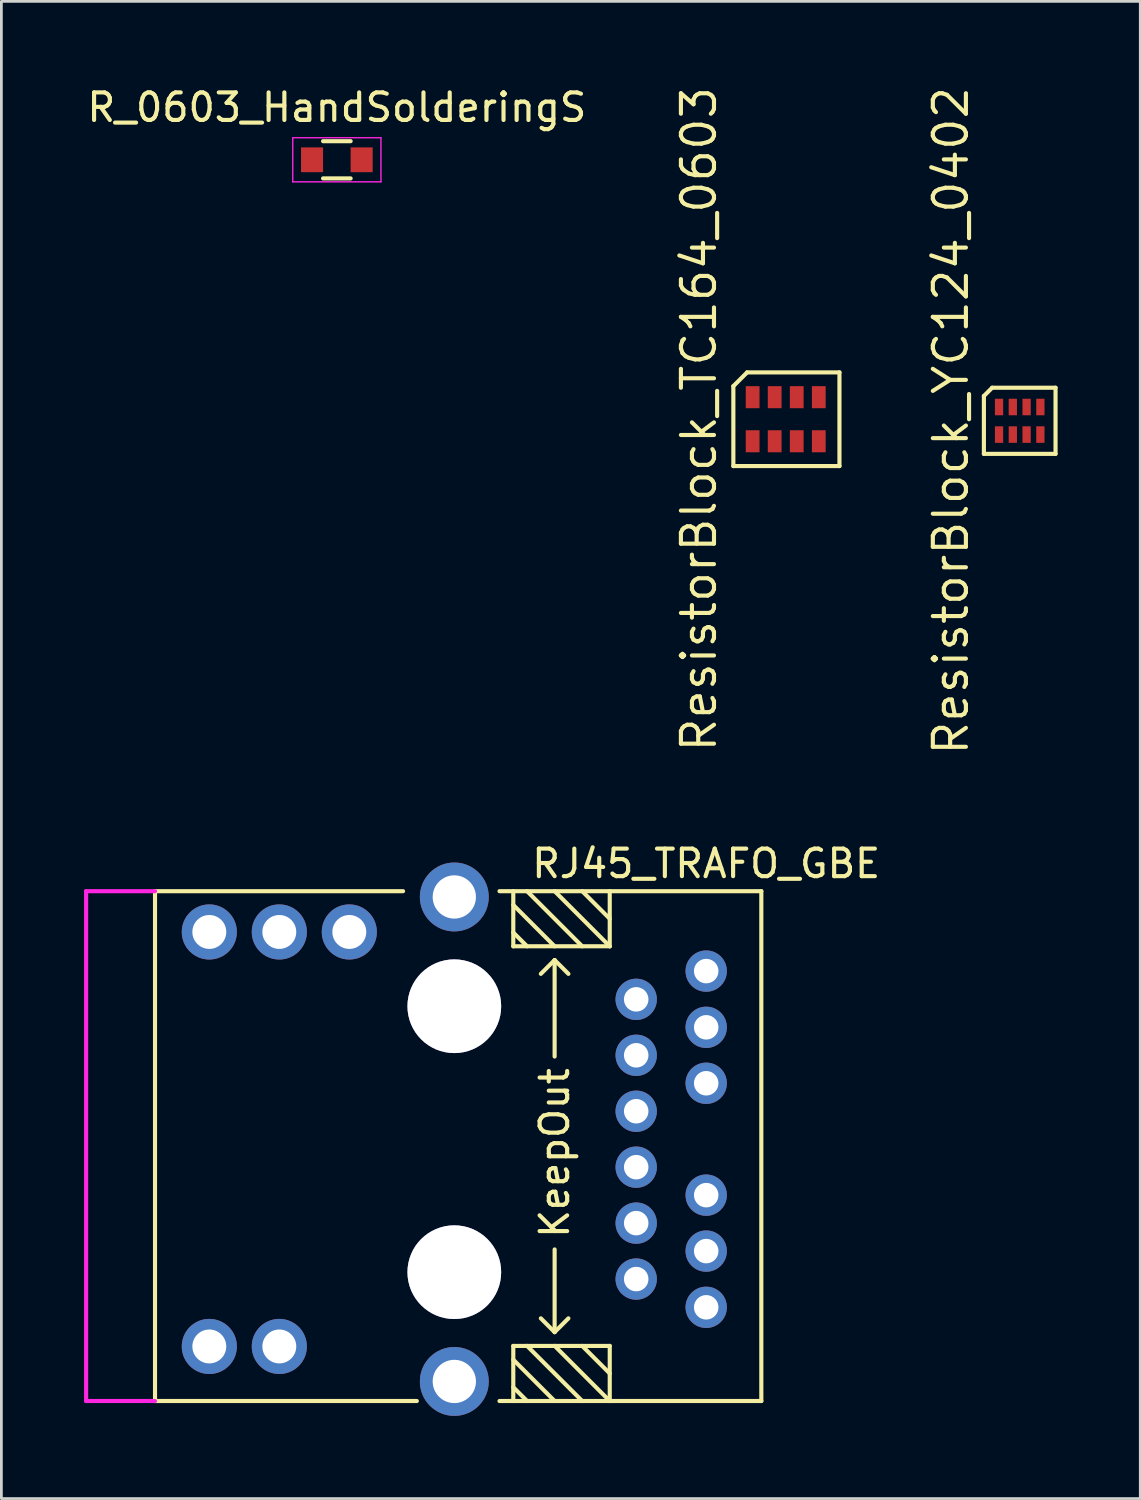
<source format=kicad_pcb>
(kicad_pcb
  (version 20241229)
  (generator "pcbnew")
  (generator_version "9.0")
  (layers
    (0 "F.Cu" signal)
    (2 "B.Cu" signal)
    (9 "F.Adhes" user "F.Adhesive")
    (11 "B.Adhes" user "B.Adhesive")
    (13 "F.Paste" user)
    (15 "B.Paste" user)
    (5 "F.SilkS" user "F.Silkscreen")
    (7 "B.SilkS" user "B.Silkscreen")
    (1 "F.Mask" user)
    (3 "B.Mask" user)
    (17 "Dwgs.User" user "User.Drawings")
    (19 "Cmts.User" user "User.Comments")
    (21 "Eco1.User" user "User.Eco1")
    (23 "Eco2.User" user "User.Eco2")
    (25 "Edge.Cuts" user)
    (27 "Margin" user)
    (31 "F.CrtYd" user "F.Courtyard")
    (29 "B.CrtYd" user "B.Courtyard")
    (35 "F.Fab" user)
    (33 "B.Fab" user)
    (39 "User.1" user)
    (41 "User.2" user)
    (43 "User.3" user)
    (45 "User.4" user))
  (footprint "RJ45_TRAFO_GBE"
    (layer "F.Cu")
    (at 22.575 38.287)
    (property "Reference" "RJ45_TRAFO_GBE" (at 0 -10 0) (layer "F.SilkS") (effects (font (size 1 1) (thickness 0.15))))
    (attr through_hole)
    (fp_line (start -20 9.5) (end -20 -9) (stroke (width 0.15) (type solid)) (layer "F.SilkS"))
    (fp_line (start -11 -9) (end -20 -9) (stroke (width 0.15) (type solid)) (layer "F.SilkS"))
    (fp_line (start -10.5 9.5) (end -20 9.5) (stroke (width 0.15) (type solid)) (layer "F.SilkS"))
    (fp_line (start -7.5 -9) (end 2 -9) (stroke (width 0.15) (type solid)) (layer "F.SilkS"))
    (fp_line (start -7.5 9.5) (end 2 9.5) (stroke (width 0.15) (type solid)) (layer "F.SilkS"))
    (fp_line (start -7 -9) (end -7 -7) (stroke (width 0.15) (type solid)) (layer "F.SilkS"))
    (fp_line (start -7 -8.5) (end -5.5 -7) (stroke (width 0.15) (type solid)) (layer "F.SilkS"))
    (fp_line (start -7 -7.5) (end -6.5 -7) (stroke (width 0.15) (type solid)) (layer "F.SilkS"))
    (fp_line (start -7 -7) (end -3.5 -7) (stroke (width 0.15) (type solid)) (layer "F.SilkS"))
    (fp_line (start -7 7.5) (end -7 9.5) (stroke (width 0.15) (type solid)) (layer "F.SilkS"))
    (fp_line (start -7 7.5) (end -3.5 7.5) (stroke (width 0.15) (type solid)) (layer "F.SilkS"))
    (fp_line (start -7 8) (end -5.5 9.5) (stroke (width 0.15) (type solid)) (layer "F.SilkS"))
    (fp_line (start -7 9) (end -6.5 9.5) (stroke (width 0.15) (type solid)) (layer "F.SilkS"))
    (fp_line (start -6.5 -9) (end -4.5 -7) (stroke (width 0.15) (type solid)) (layer "F.SilkS"))
    (fp_line (start -6.5 7.5) (end -4.5 9.5) (stroke (width 0.15) (type solid)) (layer "F.SilkS"))
    (fp_line (start -5.5 -9) (end -3.5 -7) (stroke (width 0.15) (type solid)) (layer "F.SilkS"))
    (fp_line (start -5.5 -6.5) (end -6 -6) (stroke (width 0.15) (type solid)) (layer "F.SilkS"))
    (fp_line (start -5.5 -6.5) (end -5 -6) (stroke (width 0.15) (type solid)) (layer "F.SilkS"))
    (fp_line (start -5.5 -3) (end -5.5 -6.5) (stroke (width 0.15) (type solid)) (layer "F.SilkS"))
    (fp_line (start -5.5 4) (end -5.5 7) (stroke (width 0.15) (type solid)) (layer "F.SilkS"))
    (fp_line (start -5.5 7) (end -6 6.5) (stroke (width 0.15) (type solid)) (layer "F.SilkS"))
    (fp_line (start -5.5 7) (end -5 6.5) (stroke (width 0.15) (type solid)) (layer "F.SilkS"))
    (fp_line (start -5.5 7.5) (end -3.5 9.5) (stroke (width 0.15) (type solid)) (layer "F.SilkS"))
    (fp_line (start -4.5 -9) (end -3.5 -8) (stroke (width 0.15) (type solid)) (layer "F.SilkS"))
    (fp_line (start -4.5 7.5) (end -3.5 8.5) (stroke (width 0.15) (type solid)) (layer "F.SilkS"))
    (fp_line (start -3.5 -9) (end -3.5 -7) (stroke (width 0.15) (type solid)) (layer "F.SilkS"))
    (fp_line (start -3.5 7.5) (end -3.5 9.5) (stroke (width 0.15) (type solid)) (layer "F.SilkS"))
    (fp_line (start 2 9.5) (end 2 -9) (stroke (width 0.15) (type solid)) (layer "F.SilkS"))
    (fp_line (start -22.5 -9) (end -22.5 9.5) (stroke (width 0.15) (type solid)) (layer "F.CrtYd"))
    (fp_line (start -22.5 -9) (end -20 -9) (stroke (width 0.15) (type solid)) (layer "F.CrtYd"))
    (fp_line (start -22.5 9.5) (end -20 9.5) (stroke (width 0.15) (type solid)) (layer "F.CrtYd"))
    (fp_text user "KeepOut" (at -5.5 0.5 90) (layer "F.SilkS") (effects (font (size 1 1) (thickness 0.15))))
    (pad "1" thru_hole circle (at -2.54 5.075) (size 1.5 1.5) (drill 0.89) (layers "*.Cu" "*.Mask"))
    (pad "2" thru_hole circle (at -2.54 3.045) (size 1.5 1.5) (drill 0.89) (layers "*.Cu" "*.Mask"))
    (pad "3" thru_hole circle (at -2.54 1.015) (size 1.5 1.5) (drill 0.89) (layers "*.Cu" "*.Mask"))
    (pad "4" thru_hole circle (at -2.54 -1.015) (size 1.5 1.5) (drill 0.89) (layers "*.Cu" "*.Mask"))
    (pad "5" thru_hole circle (at -2.54 -3.045) (size 1.5 1.5) (drill 0.89) (layers "*.Cu" "*.Mask"))
    (pad "6" thru_hole circle (at -2.54 -5.075) (size 1.5 1.5) (drill 0.89) (layers "*.Cu" "*.Mask"))
    (pad "7" thru_hole circle (at 0 6.1) (size 1.5 1.5) (drill 0.89) (layers "*.Cu" "*.Mask"))
    (pad "8" thru_hole circle (at 0 4.06) (size 1.5 1.5) (drill 0.89) (layers "*.Cu" "*.Mask"))
    (pad "9" thru_hole circle (at 0 2.03) (size 1.5 1.5) (drill 0.89) (layers "*.Cu" "*.Mask"))
    (pad "10" thru_hole circle (at 0 -2.03) (size 1.5 1.5) (drill 0.89) (layers "*.Cu" "*.Mask"))
    (pad "11" thru_hole circle (at 0 -4.06) (size 1.5 1.5) (drill 0.89) (layers "*.Cu" "*.Mask"))
    (pad "12" thru_hole circle (at 0 -6.1) (size 1.5 1.5) (drill 0.89) (layers "*.Cu" "*.Mask"))
    (pad "13" thru_hole circle (at -15.49 7.52) (size 2 2) (drill 1.23) (layers "*.Cu" "*.Mask"))
    (pad "14" thru_hole circle (at -18.03 7.52) (size 2 2) (drill 1.23) (layers "*.Cu" "*.Mask"))
    (pad "15" thru_hole circle (at -12.95 -7.52) (size 2 2) (drill 1.23) (layers "*.Cu" "*.Mask"))
    (pad "16" thru_hole circle (at -15.49 -7.52) (size 2 2) (drill 1.23) (layers "*.Cu" "*.Mask"))
    (pad "17" thru_hole circle (at -18.03 -7.52) (size 2 2) (drill 1.23) (layers "*.Cu" "*.Mask"))
    (pad "S" thru_hole circle (at -9.14 -8.79) (size 2.5 2.5) (drill 1.57) (layers "*.Cu" "*.Mask"))
    (pad "S" thru_hole circle (at -9.14 8.79) (size 2.5 2.5) (drill 1.57) (layers "*.Cu" "*.Mask"))
    (pad "~" thru_hole circle (at -9.14 -4.825) (size 3.4 3.4) (drill 3.4) (layers "*.Cu" "*.Mask"))
    (pad "~" thru_hole circle (at -9.14 4.825) (size 3.4 3.4) (drill 3.4) (layers "*.Cu" "*.Mask")))
  (footprint "ResistorBlock_YC124_0402"
    (layer "F.Cu")
    (at 33.951 12.219)
    (property "Reference" "ResistorBlock_YC124_0402" (at -2.5 0 90) (layer "F.SilkS") (effects (font (size 1.2 1.2) (thickness 0.15))))
    (attr through_hole)
    (fp_line (start -1.3 -0.9) (end -1.3 1.2) (stroke (width 0.15) (type solid)) (layer "F.SilkS"))
    (fp_line (start -1.3 1.2) (end 1.3 1.2) (stroke (width 0.15) (type solid)) (layer "F.SilkS"))
    (fp_line (start -1 -1.2) (end -1.3 -0.9) (stroke (width 0.15) (type solid)) (layer "F.SilkS"))
    (fp_line (start 1.3 -1.2) (end -1 -1.2) (stroke (width 0.15) (type solid)) (layer "F.SilkS"))
    (fp_line (start 1.3 1.2) (end 1.3 -1.2) (stroke (width 0.15) (type solid)) (layer "F.SilkS"))
    (pad "1" smd rect (at -0.75 0.5) (size 0.3 0.6) (layers "F.Cu" "F.Mask" "F.Paste"))
    (pad "2" smd rect (at -0.25 0.5) (size 0.3 0.6) (layers "F.Cu" "F.Mask" "F.Paste"))
    (pad "3" smd rect (at 0.25 0.5) (size 0.3 0.6) (layers "F.Cu" "F.Mask" "F.Paste"))
    (pad "4" smd rect (at 0.75 0.5) (size 0.3 0.6) (layers "F.Cu" "F.Mask" "F.Paste"))
    (pad "5" smd rect (at 0.75 -0.5) (size 0.3 0.6) (layers "F.Cu" "F.Mask" "F.Paste"))
    (pad "6" smd rect (at 0.25 -0.5) (size 0.3 0.6) (layers "F.Cu" "F.Mask" "F.Paste"))
    (pad "7" smd rect (at -0.25 -0.5) (size 0.3 0.6) (layers "F.Cu" "F.Mask" "F.Paste"))
    (pad "8" smd rect (at -0.75 -0.5) (size 0.3 0.6) (layers "F.Cu" "F.Mask" "F.Paste")))
  (footprint "R_0603_HandSolderingS"
    (layer "F.Cu")
    (at 9.173 2.748)
    (property "Reference" "R_0603_HandSolderingS" (at 0 -1.9 0) (layer "F.SilkS") (effects (font (size 1 1) (thickness 0.15))))
    (attr smd)
    (fp_line (start -0.5 -0.675) (end 0.5 -0.675) (stroke (width 0.15) (type solid)) (layer "F.SilkS"))
    (fp_line (start 0.5 0.675) (end -0.5 0.675) (stroke (width 0.15) (type solid)) (layer "F.SilkS"))
    (fp_line (start -1.6 -0.8) (end -1.6 0.8) (stroke (width 0.05) (type solid)) (layer "F.CrtYd"))
    (fp_line (start -1.6 -0.8) (end 1.6 -0.8) (stroke (width 0.05) (type solid)) (layer "F.CrtYd"))
    (fp_line (start -1.6 0.8) (end 1.6 0.8) (stroke (width 0.05) (type solid)) (layer "F.CrtYd"))
    (fp_line (start 1.6 -0.8) (end 1.6 0.8) (stroke (width 0.05) (type solid)) (layer "F.CrtYd"))
    (pad "1" smd rect (at -0.9 0) (size 0.8 0.9) (layers "F.Cu" "F.Mask" "F.Paste"))
    (pad "2" smd rect (at 0.9 0) (size 0.8 0.9) (layers "F.Cu" "F.Mask" "F.Paste")))
  (footprint "ResistorBlock_TC164_0603"
    (layer "F.Cu")
    (at 25.46 12.162)
    (property "Reference" "ResistorBlock_TC164_0603" (at -3.15 0 90) (layer "F.SilkS") (effects (font (size 1.2 1.2) (thickness 0.15))))
    (attr through_hole)
    (fp_line (start -1.9 -1.2) (end -1.9 1.7) (stroke (width 0.15) (type solid)) (layer "F.SilkS"))
    (fp_line (start -1.9 1.7) (end 1.95 1.7) (stroke (width 0.15) (type solid)) (layer "F.SilkS"))
    (fp_line (start -1.4 -1.7) (end -1.9 -1.2) (stroke (width 0.15) (type solid)) (layer "F.SilkS"))
    (fp_line (start 1.95 -1.7) (end -1.4 -1.7) (stroke (width 0.15) (type solid)) (layer "F.SilkS"))
    (fp_line (start 1.95 1.7) (end 1.95 -1.7) (stroke (width 0.15) (type solid)) (layer "F.SilkS"))
    (pad "1" smd rect (at -1.2 0.8) (size 0.5 0.8) (layers "F.Cu" "F.Mask" "F.Paste"))
    (pad "2" smd rect (at -0.4 0.8) (size 0.5 0.8) (layers "F.Cu" "F.Mask" "F.Paste"))
    (pad "3" smd rect (at 0.4 0.8) (size 0.5 0.8) (layers "F.Cu" "F.Mask" "F.Paste"))
    (pad "4" smd rect (at 1.2 0.8) (size 0.5 0.8) (layers "F.Cu" "F.Mask" "F.Paste"))
    (pad "5" smd rect (at 1.2 -0.8) (size 0.5 0.8) (layers "F.Cu" "F.Mask" "F.Paste"))
    (pad "6" smd rect (at 0.4 -0.8) (size 0.5 0.8) (layers "F.Cu" "F.Mask" "F.Paste"))
    (pad "7" smd rect (at -0.4 -0.8) (size 0.5 0.8) (layers "F.Cu" "F.Mask" "F.Paste"))
    (pad "8" smd rect (at -1.2 -0.8) (size 0.5 0.8) (layers "F.Cu" "F.Mask" "F.Paste")))
  (gr_rect
    (start -3 -3)
    (end 38.326 51.327)
    (stroke (width 0.1) (type default))
    (fill no)
    (layer "Edge.Cuts")))
</source>
